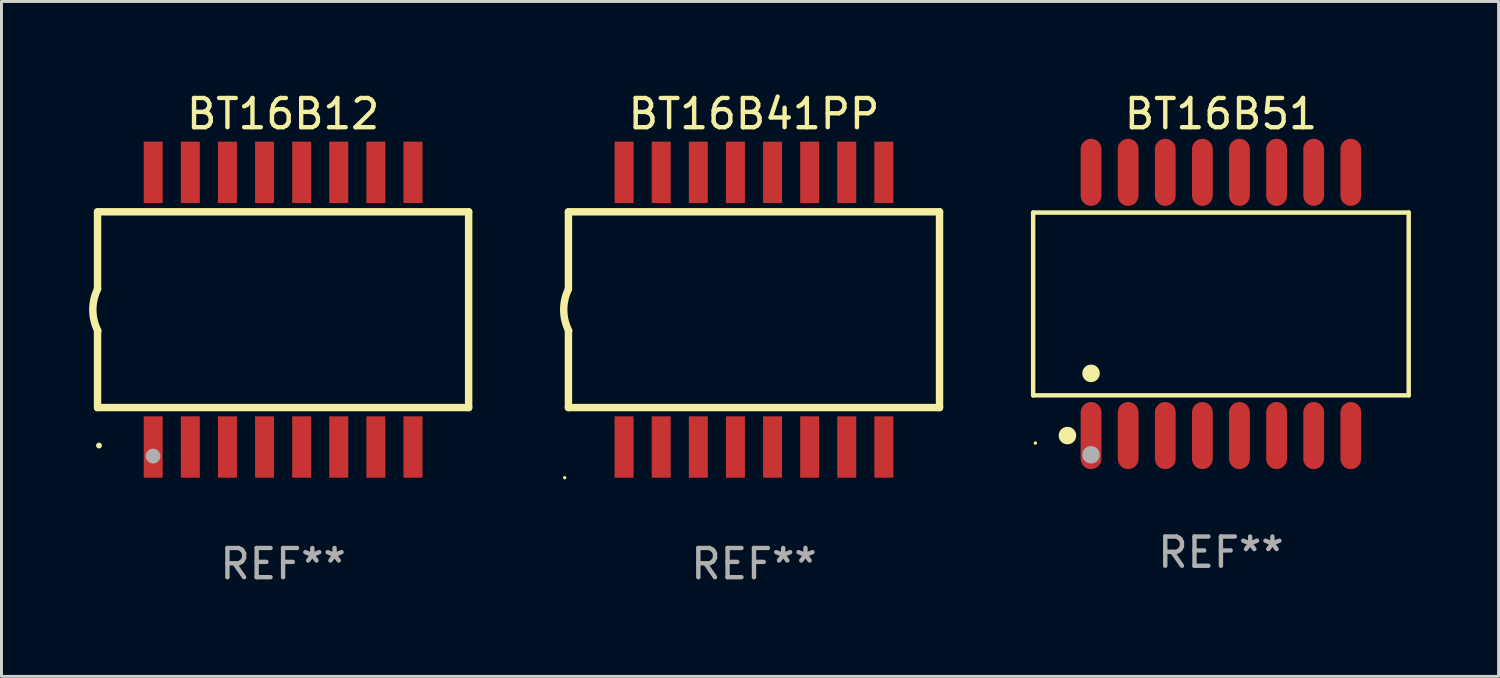
<source format=kicad_pcb>
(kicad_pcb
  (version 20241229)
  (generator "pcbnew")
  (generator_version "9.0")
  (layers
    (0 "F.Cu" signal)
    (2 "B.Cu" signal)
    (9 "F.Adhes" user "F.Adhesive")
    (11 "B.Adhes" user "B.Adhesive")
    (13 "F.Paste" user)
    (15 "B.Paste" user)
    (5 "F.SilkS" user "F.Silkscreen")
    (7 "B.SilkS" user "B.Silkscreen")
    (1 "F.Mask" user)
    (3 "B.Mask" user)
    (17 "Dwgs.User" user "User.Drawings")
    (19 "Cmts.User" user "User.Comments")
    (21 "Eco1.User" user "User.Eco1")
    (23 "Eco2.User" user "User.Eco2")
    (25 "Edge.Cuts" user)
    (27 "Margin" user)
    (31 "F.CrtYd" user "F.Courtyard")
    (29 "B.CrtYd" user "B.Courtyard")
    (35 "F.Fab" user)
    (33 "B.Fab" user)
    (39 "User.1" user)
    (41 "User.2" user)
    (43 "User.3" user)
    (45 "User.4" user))
  (footprint "BT16B41PP"
    (layer "F.Cu")
    (at 22.753 7.548)
    (property "Reference" "BT16B41PP" (at 0 -6.7 0) (layer "F.SilkS") (effects (font (size 1 1) (thickness 0.15))))
    (attr through_hole)
    (fp_line (start -6.35 -0.715) (end -6.35 -3.345) (stroke (width 0.254) (type solid)) (layer "F.SilkS"))
    (fp_line (start -6.35 -3.35) (end 6.35 -3.35) (stroke (width 0.254) (type solid)) (layer "F.SilkS"))
    (fp_line (start -6.35 3.35) (end -6.35 0.72) (stroke (width 0.254) (type solid)) (layer "F.SilkS"))
    (fp_line (start -6.35 3.35) (end 6.35 3.35) (stroke (width 0.254) (type solid)) (layer "F.SilkS"))
    (fp_line (start 6.35 3.35) (end 6.35 -3.35) (stroke (width 0.254) (type solid)) (layer "F.SilkS"))
    (fp_arc (start -6.339954 0.720015) (mid -6.510973 0.011187) (end -6.349936 -0.699975) (stroke (width 0.254001) (type solid)) (layer "F.SilkS"))
    (fp_circle (center -6.477 5.75) (end -6.447 5.75) (stroke (width 0.06) (type solid)) (fill no) (layer "F.SilkS"))
    (fp_text user "REF**" (at 0 8.7 0) (layer "F.Fab") (effects (font (size 1 1) (thickness 0.15))))
    (pad "1" smd rect (at -4.445 4.7 90) (size 2.1 0.65) (layers "F.Cu" "F.Mask" "F.Paste"))
    (pad "2" smd rect (at -3.175 4.7 90) (size 2.1 0.65) (layers "F.Cu" "F.Mask" "F.Paste"))
    (pad "3" smd rect (at -1.905 4.7 90) (size 2.1 0.65) (layers "F.Cu" "F.Mask" "F.Paste"))
    (pad "4" smd rect (at -0.635 4.7 90) (size 2.1 0.65) (layers "F.Cu" "F.Mask" "F.Paste"))
    (pad "5" smd rect (at 0.635 4.7 90) (size 2.1 0.65) (layers "F.Cu" "F.Mask" "F.Paste"))
    (pad "6" smd rect (at 1.905 4.7 90) (size 2.1 0.65) (layers "F.Cu" "F.Mask" "F.Paste"))
    (pad "7" smd rect (at 3.175 4.7 90) (size 2.1 0.65) (layers "F.Cu" "F.Mask" "F.Paste"))
    (pad "8" smd rect (at 4.445 4.7 90) (size 2.1 0.65) (layers "F.Cu" "F.Mask" "F.Paste"))
    (pad "9" smd rect (at 4.445 -4.7 90) (size 2.1 0.65) (layers "F.Cu" "F.Mask" "F.Paste"))
    (pad "10" smd rect (at 3.175 -4.7 90) (size 2.1 0.65) (layers "F.Cu" "F.Mask" "F.Paste"))
    (pad "11" smd rect (at 1.905 -4.7 90) (size 2.1 0.65) (layers "F.Cu" "F.Mask" "F.Paste"))
    (pad "12" smd rect (at 0.635 -4.7 90) (size 2.1 0.65) (layers "F.Cu" "F.Mask" "F.Paste"))
    (pad "13" smd rect (at -0.635 -4.7 90) (size 2.1 0.65) (layers "F.Cu" "F.Mask" "F.Paste"))
    (pad "14" smd rect (at -1.905 -4.7 90) (size 2.1 0.65) (layers "F.Cu" "F.Mask" "F.Paste"))
    (pad "15" smd rect (at -3.175 -4.7 90) (size 2.1 0.65) (layers "F.Cu" "F.Mask" "F.Paste"))
    (pad "16" smd rect (at -4.445 -4.7 90) (size 2.1 0.65) (layers "F.Cu" "F.Mask" "F.Paste")))
  (footprint "BT16B12"
    (layer "F.Cu")
    (at 6.638 7.548)
    (property "Reference" "BT16B12" (at 0 -6.7 0) (layer "F.SilkS") (effects (font (size 1 1) (thickness 0.15))))
    (attr through_hole)
    (fp_line (start -6.35 -0.715) (end -6.35 -3.345) (stroke (width 0.254) (type solid)) (layer "F.SilkS"))
    (fp_line (start -6.35 -3.35) (end 6.35 -3.35) (stroke (width 0.254) (type solid)) (layer "F.SilkS"))
    (fp_line (start -6.35 3.35) (end -6.35 0.72) (stroke (width 0.254) (type solid)) (layer "F.SilkS"))
    (fp_line (start -6.35 3.35) (end 6.35 3.35) (stroke (width 0.254) (type solid)) (layer "F.SilkS"))
    (fp_line (start 6.35 3.35) (end 6.35 -3.35) (stroke (width 0.254) (type solid)) (layer "F.SilkS"))
    (fp_arc (start -6.33998 0.720015) (mid -6.510999 0.011187) (end -6.349962 -0.699975) (stroke (width 0.254001) (type solid)) (layer "F.SilkS"))
    (fp_circle (center -6.3 4.65) (end -6.25 4.65) (stroke (width 0.1) (type solid)) (fill no) (layer "F.SilkS"))
    (fp_circle (center -4.45 5.01) (end -4.323 5.01) (stroke (width 0.254) (type solid)) (fill no) (layer "F.Fab"))
    (fp_text user "REF**" (at 0 8.7 0) (layer "F.Fab") (effects (font (size 1 1) (thickness 0.15))))
    (pad "1" smd rect (at -4.445 4.7) (size 0.65 2.1) (layers "F.Cu" "F.Mask" "F.Paste"))
    (pad "2" smd rect (at -3.175 4.7) (size 0.65 2.1) (layers "F.Cu" "F.Mask" "F.Paste"))
    (pad "3" smd rect (at -1.905 4.7) (size 0.65 2.1) (layers "F.Cu" "F.Mask" "F.Paste"))
    (pad "4" smd rect (at -0.635 4.7) (size 0.65 2.1) (layers "F.Cu" "F.Mask" "F.Paste"))
    (pad "5" smd rect (at 0.635 4.7) (size 0.65 2.1) (layers "F.Cu" "F.Mask" "F.Paste"))
    (pad "6" smd rect (at 1.905 4.7) (size 0.65 2.1) (layers "F.Cu" "F.Mask" "F.Paste"))
    (pad "7" smd rect (at 3.175 4.7) (size 0.65 2.1) (layers "F.Cu" "F.Mask" "F.Paste"))
    (pad "8" smd rect (at 4.445 4.7) (size 0.65 2.1) (layers "F.Cu" "F.Mask" "F.Paste"))
    (pad "9" smd rect (at 4.445 -4.7) (size 0.65 2.1) (layers "F.Cu" "F.Mask" "F.Paste"))
    (pad "10" smd rect (at 3.175 -4.7) (size 0.65 2.1) (layers "F.Cu" "F.Mask" "F.Paste"))
    (pad "11" smd rect (at 1.905 -4.7) (size 0.65 2.1) (layers "F.Cu" "F.Mask" "F.Paste"))
    (pad "12" smd rect (at 0.635 -4.7) (size 0.65 2.1) (layers "F.Cu" "F.Mask" "F.Paste"))
    (pad "13" smd rect (at -0.635 -4.7) (size 0.65 2.1) (layers "F.Cu" "F.Mask" "F.Paste"))
    (pad "14" smd rect (at -1.905 -4.7) (size 0.65 2.1) (layers "F.Cu" "F.Mask" "F.Paste"))
    (pad "15" smd rect (at -3.175 -4.7) (size 0.65 2.1) (layers "F.Cu" "F.Mask" "F.Paste"))
    (pad "16" smd rect (at -4.445 -4.7) (size 0.65 2.1) (layers "F.Cu" "F.Mask" "F.Paste")))
  (footprint "BT16B51"
    (layer "F.Cu")
    (at 38.733 7.352)
    (property "Reference" "BT16B51" (at 0 -6.504 0) (layer "F.SilkS") (effects (font (size 1 1) (thickness 0.15))))
    (attr through_hole)
    (fp_line (start -6.426 -3.128) (end 6.426 -3.128) (stroke (width 0.152) (type solid)) (layer "F.SilkS"))
    (fp_line (start -6.426 3.127) (end -6.426 -3.128) (stroke (width 0.152) (type solid)) (layer "F.SilkS"))
    (fp_line (start 6.426 -3.128) (end 6.426 3.127) (stroke (width 0.152) (type solid)) (layer "F.SilkS"))
    (fp_line (start 6.426 3.127) (end -6.426 3.127) (stroke (width 0.152) (type solid)) (layer "F.SilkS"))
    (fp_circle (center -6.35 4.762) (end -6.32 4.762) (stroke (width 0.06) (type solid)) (fill no) (layer "F.SilkS"))
    (fp_circle (center -5.253 4.504) (end -5.103 4.504) (stroke (width 0.3) (type solid)) (fill no) (layer "F.SilkS"))
    (fp_circle (center -4.445 2.375) (end -4.295 2.375) (stroke (width 0.3) (type solid)) (fill no) (layer "F.SilkS"))
    (fp_circle (center -4.445 5.162) (end -4.295 5.162) (stroke (width 0.3) (type solid)) (fill no) (layer "F.Fab"))
    (fp_text user "REF**" (at 0 8.504 0) (layer "F.Fab") (effects (font (size 1 1) (thickness 0.15))))
    (pad "1" smd oval (at -4.445 4.504) (size 0.711 2.296) (layers "F.Cu" "F.Mask" "F.Paste"))
    (pad "2" smd oval (at -3.175 4.504) (size 0.711 2.296) (layers "F.Cu" "F.Mask" "F.Paste"))
    (pad "3" smd oval (at -1.905 4.504) (size 0.711 2.296) (layers "F.Cu" "F.Mask" "F.Paste"))
    (pad "4" smd oval (at -0.635 4.504) (size 0.711 2.296) (layers "F.Cu" "F.Mask" "F.Paste"))
    (pad "5" smd oval (at 0.635 4.504) (size 0.711 2.296) (layers "F.Cu" "F.Mask" "F.Paste"))
    (pad "6" smd oval (at 1.905 4.504) (size 0.711 2.296) (layers "F.Cu" "F.Mask" "F.Paste"))
    (pad "7" smd oval (at 3.175 4.504) (size 0.711 2.296) (layers "F.Cu" "F.Mask" "F.Paste"))
    (pad "8" smd oval (at 4.445 4.504) (size 0.711 2.296) (layers "F.Cu" "F.Mask" "F.Paste"))
    (pad "9" smd oval (at 4.445 -4.504) (size 0.711 2.296) (layers "F.Cu" "F.Mask" "F.Paste"))
    (pad "10" smd oval (at 3.175 -4.504) (size 0.711 2.296) (layers "F.Cu" "F.Mask" "F.Paste"))
    (pad "11" smd oval (at 1.905 -4.504) (size 0.711 2.296) (layers "F.Cu" "F.Mask" "F.Paste"))
    (pad "12" smd oval (at 0.635 -4.504) (size 0.711 2.296) (layers "F.Cu" "F.Mask" "F.Paste"))
    (pad "13" smd oval (at -0.635 -4.504) (size 0.711 2.296) (layers "F.Cu" "F.Mask" "F.Paste"))
    (pad "14" smd oval (at -1.905 -4.504) (size 0.711 2.296) (layers "F.Cu" "F.Mask" "F.Paste"))
    (pad "15" smd oval (at -3.175 -4.504) (size 0.711 2.296) (layers "F.Cu" "F.Mask" "F.Paste"))
    (pad "16" smd oval (at -4.445 -4.504) (size 0.711 2.296) (layers "F.Cu" "F.Mask" "F.Paste")))
  (gr_rect
    (start -3 -3)
    (end 48.235 20.097)
    (stroke (width 0.1) (type default))
    (fill no)
    (layer "Edge.Cuts")))
</source>
